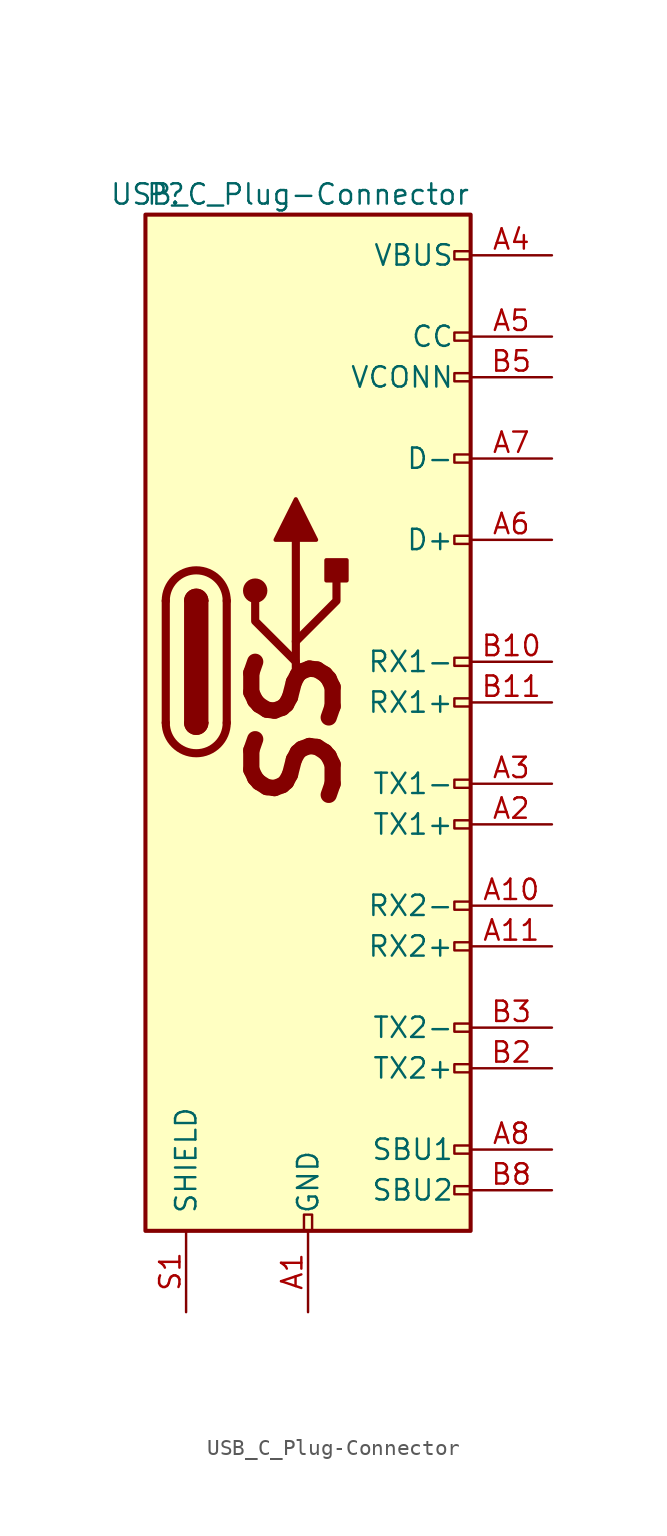
<source format=kicad_sym>
(kicad_symbol_lib
  (version 20241209)
  (generator "kicad_symbol_editor")
  (generator_version "9.0")
  (symbol "USB_C_Plug-Connector"
    (pin_names
      (offset 1.016))
    (property "Reference" "P"
      (at -10.16 29.21 0)
      (effects (font (size 1.27 1.27)) (justify left)))
    (property "Value" "USB_C_Plug-Connector"
      (at 10.16 29.21 0)
      (effects (font (size 1.27 1.27)) (justify right)))
    (symbol "USB_C_Plug-Connector_0_0"
      (rectangle (start -0.254 -35.56) (end 0.254 -34.544) (stroke (width 0) (type solid)) (fill (type none)))
      (rectangle (start 10.16 25.654) (end 9.144 25.146) (stroke (width 0) (type solid)) (fill (type none)))
      (rectangle (start 10.16 20.574) (end 9.144 20.066) (stroke (width 0) (type solid)) (fill (type none)))
      (rectangle (start 10.16 18.034) (end 9.144 17.526) (stroke (width 0) (type solid)) (fill (type none)))
      (rectangle (start 10.16 12.954) (end 9.144 12.446) (stroke (width 0) (type solid)) (fill (type none)))
      (rectangle (start 10.16 7.874) (end 9.144 7.366) (stroke (width 0) (type solid)) (fill (type none)))
      (rectangle (start 10.16 0.254) (end 9.144 -0.254) (stroke (width 0) (type solid)) (fill (type none)))
      (rectangle (start 10.16 -2.286) (end 9.144 -2.794) (stroke (width 0) (type solid)) (fill (type none)))
      (rectangle (start 10.16 -7.366) (end 9.144 -7.874) (stroke (width 0) (type solid)) (fill (type none)))
      (rectangle (start 10.16 -9.906) (end 9.144 -10.414) (stroke (width 0) (type solid)) (fill (type none)))
      (rectangle (start 10.16 -14.986) (end 9.144 -15.494) (stroke (width 0) (type solid)) (fill (type none)))
      (rectangle (start 10.16 -17.526) (end 9.144 -18.034) (stroke (width 0) (type solid)) (fill (type none)))
      (rectangle (start 10.16 -22.606) (end 9.144 -23.114) (stroke (width 0) (type solid)) (fill (type none)))
      (rectangle (start 10.16 -25.146) (end 9.144 -25.654) (stroke (width 0) (type solid)) (fill (type none)))
      (rectangle (start 10.16 -30.226) (end 9.144 -30.734) (stroke (width 0) (type solid)) (fill (type none)))
      (rectangle (start 10.16 -32.766) (end 9.144 -33.274) (stroke (width 0) (type solid)) (fill (type none)))
      (text "SS" (at -0.762 -4.445 900) (effects (font (size 5.08 5.08) (bold yes) (italic yes)))))
    (symbol "USB_C_Plug-Connector_0_1"
      (rectangle (start -10.16 27.94) (end 10.16 -35.56) (stroke (width 0.254) (type solid)) (fill (type background)))
      (polyline (pts (xy -8.89 -3.81) (xy -8.89 3.81)) (stroke (width 0.508) (type solid)) (fill (type none)))
      (rectangle (start -7.62 -3.81) (end -6.35 3.81) (stroke (width 0.254) (type solid)) (fill (type outline)))
      (arc (start -8.89 3.81) (mid -6.985 5.715) (end -5.08 3.81) (stroke (width 0.508) (type solid)) (fill (type none)))
      (arc (start -7.62 3.81) (mid -6.985 4.445) (end -6.35 3.81) (stroke (width 0.254) (type solid)) (fill (type none)))
      (arc (start -7.62 3.81) (mid -6.985 4.445) (end -6.35 3.81) (stroke (width 0.254) (type solid)) (fill (type outline)))
      (arc (start -6.35 -3.81) (mid -6.985 -4.445) (end -7.62 -3.81) (stroke (width 0.254) (type solid)) (fill (type none)))
      (arc (start -6.35 -3.81) (mid -6.985 -4.445) (end -7.62 -3.81) (stroke (width 0.254) (type solid)) (fill (type outline)))
      (arc (start -5.08 -3.81) (mid -6.985 -5.715) (end -8.89 -3.81) (stroke (width 0.508) (type solid)) (fill (type none)))
      (polyline (pts (xy -5.08 3.81) (xy -5.08 -3.81)) (stroke (width 0.508) (type solid)) (fill (type none)))
      (circle (center -3.302 4.445) (radius 0.635) (stroke (width 0.254) (type solid)) (fill (type outline)))
      (polyline (pts (xy -2.032 7.62) (xy -0.762 10.16) (xy 0.508 7.62) (xy -2.032 7.62)) (stroke (width 0.254) (type solid)) (fill (type outline)))
      (polyline (pts (xy -0.762 1.27) (xy 1.778 3.81) (xy 1.778 5.08)) (stroke (width 0.508) (type solid)) (fill (type none)))
      (polyline (pts (xy -0.762 0) (xy -3.302 2.54) (xy -3.302 3.81)) (stroke (width 0.508) (type solid)) (fill (type none)))
      (polyline (pts (xy -0.762 -1.27) (xy -0.762 7.62)) (stroke (width 0.508) (type solid)) (fill (type none)))
      (rectangle (start 1.143 5.08) (end 2.413 6.35) (stroke (width 0.254) (type solid)) (fill (type outline))))
    (symbol "USB_C_Plug-Connector_1_1"
      (pin passive line (at -7.62 -40.64 90) (length 5.08) (name "SHIELD" (effects (font (size 1.27 1.27)))) (number "S1" (effects (font (size 1.27 1.27)))))
      (pin power_in line (at 0 -40.64 90) (length 5.08) (name "GND" (effects (font (size 1.27 1.27)))) (number "A1" (effects (font (size 1.27 1.27)))))
      (pin power_in line (at 0 -40.64 90) (length 5.08) (hide yes) (name "GND" (effects (font (size 1.27 1.27)))) (number "A12" (effects (font (size 1.27 1.27)))))
      (pin power_in line (at 0 -40.64 90) (length 5.08) (hide yes) (name "GND" (effects (font (size 1.27 1.27)))) (number "B1" (effects (font (size 1.27 1.27)))))
      (pin power_in line (at 0 -40.64 90) (length 5.08) (hide yes) (name "GND" (effects (font (size 1.27 1.27)))) (number "B12" (effects (font (size 1.27 1.27)))))
      (pin power_in line (at 15.24 25.4 180) (length 5.08) (name "VBUS" (effects (font (size 1.27 1.27)))) (number "A4" (effects (font (size 1.27 1.27)))))
      (pin power_in line (at 15.24 25.4 180) (length 5.08) (hide yes) (name "VBUS" (effects (font (size 1.27 1.27)))) (number "A9" (effects (font (size 1.27 1.27)))))
      (pin power_in line (at 15.24 25.4 180) (length 5.08) (hide yes) (name "VBUS" (effects (font (size 1.27 1.27)))) (number "B4" (effects (font (size 1.27 1.27)))))
      (pin power_in line (at 15.24 25.4 180) (length 5.08) (hide yes) (name "VBUS" (effects (font (size 1.27 1.27)))) (number "B9" (effects (font (size 1.27 1.27)))))
      (pin bidirectional line (at 15.24 20.32 180) (length 5.08) (name "CC" (effects (font (size 1.27 1.27)))) (number "A5" (effects (font (size 1.27 1.27)))))
      (pin bidirectional line (at 15.24 17.78 180) (length 5.08) (name "VCONN" (effects (font (size 1.27 1.27)))) (number "B5" (effects (font (size 1.27 1.27)))))
      (pin bidirectional line (at 15.24 12.7 180) (length 5.08) (name "D-" (effects (font (size 1.27 1.27)))) (number "A7" (effects (font (size 1.27 1.27)))))
      (pin bidirectional line (at 15.24 7.62 180) (length 5.08) (name "D+" (effects (font (size 1.27 1.27)))) (number "A6" (effects (font (size 1.27 1.27)))))
      (pin bidirectional line (at 15.24 0 180) (length 5.08) (name "RX1-" (effects (font (size 1.27 1.27)))) (number "B10" (effects (font (size 1.27 1.27)))))
      (pin bidirectional line (at 15.24 -2.54 180) (length 5.08) (name "RX1+" (effects (font (size 1.27 1.27)))) (number "B11" (effects (font (size 1.27 1.27)))))
      (pin bidirectional line (at 15.24 -7.62 180) (length 5.08) (name "TX1-" (effects (font (size 1.27 1.27)))) (number "A3" (effects (font (size 1.27 1.27)))))
      (pin bidirectional line (at 15.24 -10.16 180) (length 5.08) (name "TX1+" (effects (font (size 1.27 1.27)))) (number "A2" (effects (font (size 1.27 1.27)))))
      (pin bidirectional line (at 15.24 -15.24 180) (length 5.08) (name "RX2-" (effects (font (size 1.27 1.27)))) (number "A10" (effects (font (size 1.27 1.27)))))
      (pin bidirectional line (at 15.24 -17.78 180) (length 5.08) (name "RX2+" (effects (font (size 1.27 1.27)))) (number "A11" (effects (font (size 1.27 1.27)))))
      (pin bidirectional line (at 15.24 -22.86 180) (length 5.08) (name "TX2-" (effects (font (size 1.27 1.27)))) (number "B3" (effects (font (size 1.27 1.27)))))
      (pin bidirectional line (at 15.24 -25.4 180) (length 5.08) (name "TX2+" (effects (font (size 1.27 1.27)))) (number "B2" (effects (font (size 1.27 1.27)))))
      (pin bidirectional line (at 15.24 -30.48 180) (length 5.08) (name "SBU1" (effects (font (size 1.27 1.27)))) (number "A8" (effects (font (size 1.27 1.27)))))
      (pin bidirectional line (at 15.24 -33.02 180) (length 5.08) (name "SBU2" (effects (font (size 1.27 1.27)))) (number "B8" (effects (font (size 1.27 1.27))))))))
</source>
